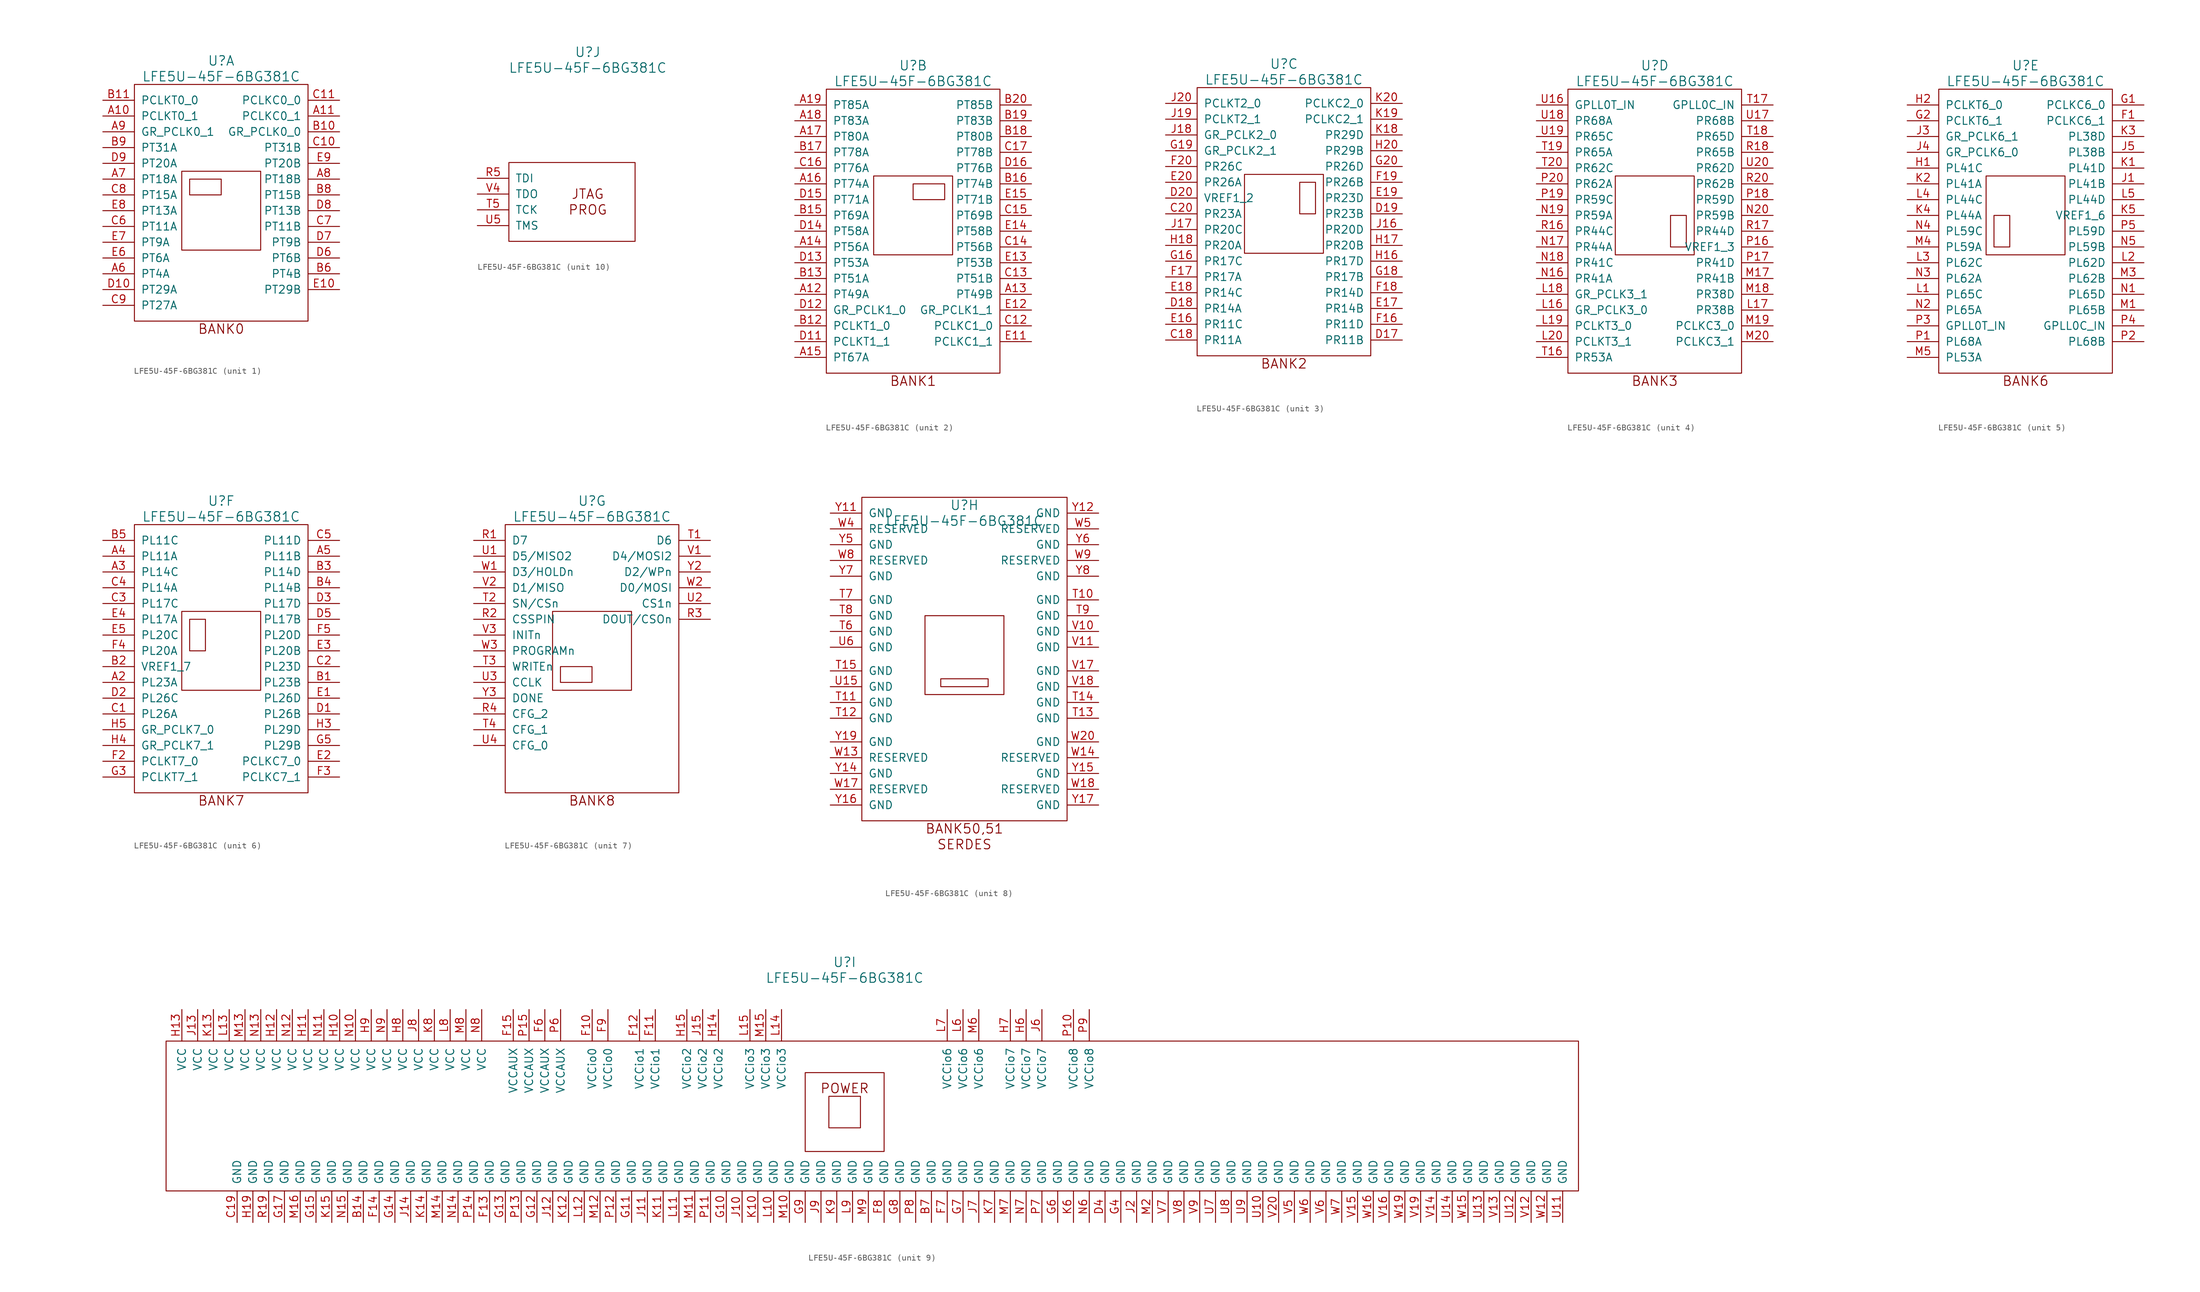
<source format=kicad_sym>
(kicad_symbol_lib
  (version 20241209)
  (generator "kicad_symbol_editor")
  (generator_version "9.0")
  (symbol "LFE5U-45F-6BG381C"
    (pin_names
      (offset 1.016))
    (property "Reference" "U"
      (at 0 24.13 0)
      (effects (font (size 1.524 1.524))))
    (property "Value" "LFE5U-45F-6BG381C"
      (at 0 21.59 0)
      (effects (font (size 1.524 1.524))))
    (property "Footprint" ""
      (at -26.67 24.13 0)
      (effects (font (size 1.524 1.524))))
    (property "Datasheet" ""
      (at -26.67 24.13 0)
      (effects (font (size 1.524 1.524))))
    (property "ki_locked" ""
      (at 0 0 0)
      (effects (font (size 1.27 1.27))))
    (symbol "LFE5U-45F-6BG381C_1_1"
      (rectangle (start -13.97 20.32) (end 13.97 -17.78) (stroke (width 0) (type solid)) (fill (type none)))
      (rectangle (start -6.35 6.35) (end 6.35 -6.35) (stroke (width 0) (type solid)) (fill (type none)))
      (rectangle (start -5.08 5.08) (end 0 2.54) (stroke (width 0) (type solid)) (fill (type none)))
      (text "BANK0" (at 0 -19.05 0) (effects (font (size 1.524 1.524))))
      (pin input line (at -19.05 17.78 0) (length 5.08) (name "PCLKT0_0" (effects (font (size 1.27 1.27)))) (number "B11" (effects (font (size 1.27 1.27)))))
      (pin input line (at -19.05 15.24 0) (length 5.08) (name "PCLKT0_1" (effects (font (size 1.27 1.27)))) (number "A10" (effects (font (size 1.27 1.27)))))
      (pin input line (at -19.05 12.7 0) (length 5.08) (name "GR_PCLK0_1" (effects (font (size 1.27 1.27)))) (number "A9" (effects (font (size 1.27 1.27)))))
      (pin input line (at -19.05 10.16 0) (length 5.08) (name "PT31A" (effects (font (size 1.27 1.27)))) (number "B9" (effects (font (size 1.27 1.27)))))
      (pin input line (at -19.05 7.62 0) (length 5.08) (name "PT20A" (effects (font (size 1.27 1.27)))) (number "D9" (effects (font (size 1.27 1.27)))))
      (pin input line (at -19.05 5.08 0) (length 5.08) (name "PT18A" (effects (font (size 1.27 1.27)))) (number "A7" (effects (font (size 1.27 1.27)))))
      (pin input line (at -19.05 2.54 0) (length 5.08) (name "PT15A" (effects (font (size 1.27 1.27)))) (number "C8" (effects (font (size 1.27 1.27)))))
      (pin input line (at -19.05 0 0) (length 5.08) (name "PT13A" (effects (font (size 1.27 1.27)))) (number "E8" (effects (font (size 1.27 1.27)))))
      (pin input line (at -19.05 -2.54 0) (length 5.08) (name "PT11A" (effects (font (size 1.27 1.27)))) (number "C6" (effects (font (size 1.27 1.27)))))
      (pin input line (at -19.05 -5.08 0) (length 5.08) (name "PT9A" (effects (font (size 1.27 1.27)))) (number "E7" (effects (font (size 1.27 1.27)))))
      (pin input line (at -19.05 -7.62 0) (length 5.08) (name "PT6A" (effects (font (size 1.27 1.27)))) (number "E6" (effects (font (size 1.27 1.27)))))
      (pin input line (at -19.05 -10.16 0) (length 5.08) (name "PT4A" (effects (font (size 1.27 1.27)))) (number "A6" (effects (font (size 1.27 1.27)))))
      (pin input line (at -19.05 -12.7 0) (length 5.08) (name "PT29A" (effects (font (size 1.27 1.27)))) (number "D10" (effects (font (size 1.27 1.27)))))
      (pin input line (at -19.05 -15.24 0) (length 5.08) (name "PT27A" (effects (font (size 1.27 1.27)))) (number "C9" (effects (font (size 1.27 1.27)))))
      (pin input line (at 19.05 17.78 180) (length 5.08) (name "PCLKC0_0" (effects (font (size 1.27 1.27)))) (number "C11" (effects (font (size 1.27 1.27)))))
      (pin input line (at 19.05 15.24 180) (length 5.08) (name "PCLKC0_1" (effects (font (size 1.27 1.27)))) (number "A11" (effects (font (size 1.27 1.27)))))
      (pin input line (at 19.05 12.7 180) (length 5.08) (name "GR_PCLK0_0" (effects (font (size 1.27 1.27)))) (number "B10" (effects (font (size 1.27 1.27)))))
      (pin input line (at 19.05 10.16 180) (length 5.08) (name "PT31B" (effects (font (size 1.27 1.27)))) (number "C10" (effects (font (size 1.27 1.27)))))
      (pin input line (at 19.05 7.62 180) (length 5.08) (name "PT20B" (effects (font (size 1.27 1.27)))) (number "E9" (effects (font (size 1.27 1.27)))))
      (pin input line (at 19.05 5.08 180) (length 5.08) (name "PT18B" (effects (font (size 1.27 1.27)))) (number "A8" (effects (font (size 1.27 1.27)))))
      (pin input line (at 19.05 2.54 180) (length 5.08) (name "PT15B" (effects (font (size 1.27 1.27)))) (number "B8" (effects (font (size 1.27 1.27)))))
      (pin input line (at 19.05 0 180) (length 5.08) (name "PT13B" (effects (font (size 1.27 1.27)))) (number "D8" (effects (font (size 1.27 1.27)))))
      (pin input line (at 19.05 -2.54 180) (length 5.08) (name "PT11B" (effects (font (size 1.27 1.27)))) (number "C7" (effects (font (size 1.27 1.27)))))
      (pin input line (at 19.05 -5.08 180) (length 5.08) (name "PT9B" (effects (font (size 1.27 1.27)))) (number "D7" (effects (font (size 1.27 1.27)))))
      (pin input line (at 19.05 -7.62 180) (length 5.08) (name "PT6B" (effects (font (size 1.27 1.27)))) (number "D6" (effects (font (size 1.27 1.27)))))
      (pin input line (at 19.05 -10.16 180) (length 5.08) (name "PT4B" (effects (font (size 1.27 1.27)))) (number "B6" (effects (font (size 1.27 1.27)))))
      (pin input line (at 19.05 -12.7 180) (length 5.08) (name "PT29B" (effects (font (size 1.27 1.27)))) (number "E10" (effects (font (size 1.27 1.27))))))
    (symbol "LFE5U-45F-6BG381C_2_0"
      (text "BANK1" (at 0 -26.67 0) (effects (font (size 1.524 1.524)))))
    (symbol "LFE5U-45F-6BG381C_2_1"
      (rectangle (start -13.97 20.32) (end 13.97 -25.4) (stroke (width 0) (type solid)) (fill (type none)))
      (rectangle (start -6.35 6.35) (end 6.35 -6.35) (stroke (width 0) (type solid)) (fill (type none)))
      (rectangle (start 0 5.08) (end 5.08 2.54) (stroke (width 0) (type solid)) (fill (type none)))
      (pin input line (at -19.05 17.78 0) (length 5.08) (name "PT85A" (effects (font (size 1.27 1.27)))) (number "A19" (effects (font (size 1.27 1.27)))))
      (pin input line (at -19.05 15.24 0) (length 5.08) (name "PT83A" (effects (font (size 1.27 1.27)))) (number "A18" (effects (font (size 1.27 1.27)))))
      (pin input line (at -19.05 12.7 0) (length 5.08) (name "PT80A" (effects (font (size 1.27 1.27)))) (number "A17" (effects (font (size 1.27 1.27)))))
      (pin input line (at -19.05 10.16 0) (length 5.08) (name "PT78A" (effects (font (size 1.27 1.27)))) (number "B17" (effects (font (size 1.27 1.27)))))
      (pin input line (at -19.05 7.62 0) (length 5.08) (name "PT76A" (effects (font (size 1.27 1.27)))) (number "C16" (effects (font (size 1.27 1.27)))))
      (pin input line (at -19.05 5.08 0) (length 5.08) (name "PT74A" (effects (font (size 1.27 1.27)))) (number "A16" (effects (font (size 1.27 1.27)))))
      (pin input line (at -19.05 2.54 0) (length 5.08) (name "PT71A" (effects (font (size 1.27 1.27)))) (number "D15" (effects (font (size 1.27 1.27)))))
      (pin input line (at -19.05 0 0) (length 5.08) (name "PT69A" (effects (font (size 1.27 1.27)))) (number "B15" (effects (font (size 1.27 1.27)))))
      (pin input line (at -19.05 -2.54 0) (length 5.08) (name "PT58A" (effects (font (size 1.27 1.27)))) (number "D14" (effects (font (size 1.27 1.27)))))
      (pin input line (at -19.05 -5.08 0) (length 5.08) (name "PT56A" (effects (font (size 1.27 1.27)))) (number "A14" (effects (font (size 1.27 1.27)))))
      (pin input line (at -19.05 -7.62 0) (length 5.08) (name "PT53A" (effects (font (size 1.27 1.27)))) (number "D13" (effects (font (size 1.27 1.27)))))
      (pin input line (at -19.05 -10.16 0) (length 5.08) (name "PT51A" (effects (font (size 1.27 1.27)))) (number "B13" (effects (font (size 1.27 1.27)))))
      (pin input line (at -19.05 -12.7 0) (length 5.08) (name "PT49A" (effects (font (size 1.27 1.27)))) (number "A12" (effects (font (size 1.27 1.27)))))
      (pin input line (at -19.05 -15.24 0) (length 5.08) (name "GR_PCLK1_0" (effects (font (size 1.27 1.27)))) (number "D12" (effects (font (size 1.27 1.27)))))
      (pin input line (at -19.05 -17.78 0) (length 5.08) (name "PCLKT1_0" (effects (font (size 1.27 1.27)))) (number "B12" (effects (font (size 1.27 1.27)))))
      (pin input line (at -19.05 -20.32 0) (length 5.08) (name "PCLKT1_1" (effects (font (size 1.27 1.27)))) (number "D11" (effects (font (size 1.27 1.27)))))
      (pin input line (at -19.05 -22.86 0) (length 5.08) (name "PT67A" (effects (font (size 1.27 1.27)))) (number "A15" (effects (font (size 1.27 1.27)))))
      (pin input line (at 19.05 17.78 180) (length 5.08) (name "PT85B" (effects (font (size 1.27 1.27)))) (number "B20" (effects (font (size 1.27 1.27)))))
      (pin input line (at 19.05 15.24 180) (length 5.08) (name "PT83B" (effects (font (size 1.27 1.27)))) (number "B19" (effects (font (size 1.27 1.27)))))
      (pin input line (at 19.05 12.7 180) (length 5.08) (name "PT80B" (effects (font (size 1.27 1.27)))) (number "B18" (effects (font (size 1.27 1.27)))))
      (pin input line (at 19.05 10.16 180) (length 5.08) (name "PT78B" (effects (font (size 1.27 1.27)))) (number "C17" (effects (font (size 1.27 1.27)))))
      (pin input line (at 19.05 7.62 180) (length 5.08) (name "PT76B" (effects (font (size 1.27 1.27)))) (number "D16" (effects (font (size 1.27 1.27)))))
      (pin input line (at 19.05 5.08 180) (length 5.08) (name "PT74B" (effects (font (size 1.27 1.27)))) (number "B16" (effects (font (size 1.27 1.27)))))
      (pin input line (at 19.05 2.54 180) (length 5.08) (name "PT71B" (effects (font (size 1.27 1.27)))) (number "E15" (effects (font (size 1.27 1.27)))))
      (pin input line (at 19.05 0 180) (length 5.08) (name "PT69B" (effects (font (size 1.27 1.27)))) (number "C15" (effects (font (size 1.27 1.27)))))
      (pin input line (at 19.05 -2.54 180) (length 5.08) (name "PT58B" (effects (font (size 1.27 1.27)))) (number "E14" (effects (font (size 1.27 1.27)))))
      (pin input line (at 19.05 -5.08 180) (length 5.08) (name "PT56B" (effects (font (size 1.27 1.27)))) (number "C14" (effects (font (size 1.27 1.27)))))
      (pin input line (at 19.05 -7.62 180) (length 5.08) (name "PT53B" (effects (font (size 1.27 1.27)))) (number "E13" (effects (font (size 1.27 1.27)))))
      (pin input line (at 19.05 -10.16 180) (length 5.08) (name "PT51B" (effects (font (size 1.27 1.27)))) (number "C13" (effects (font (size 1.27 1.27)))))
      (pin input line (at 19.05 -12.7 180) (length 5.08) (name "PT49B" (effects (font (size 1.27 1.27)))) (number "A13" (effects (font (size 1.27 1.27)))))
      (pin input line (at 19.05 -15.24 180) (length 5.08) (name "GR_PCLK1_1" (effects (font (size 1.27 1.27)))) (number "E12" (effects (font (size 1.27 1.27)))))
      (pin input line (at 19.05 -17.78 180) (length 5.08) (name "PCLKC1_0" (effects (font (size 1.27 1.27)))) (number "C12" (effects (font (size 1.27 1.27)))))
      (pin input line (at 19.05 -20.32 180) (length 5.08) (name "PCLKC1_1" (effects (font (size 1.27 1.27)))) (number "E11" (effects (font (size 1.27 1.27))))))
    (symbol "LFE5U-45F-6BG381C_3_0"
      (text "BANK2" (at 0 -24.13 0) (effects (font (size 1.524 1.524)))))
    (symbol "LFE5U-45F-6BG381C_3_1"
      (rectangle (start -13.97 20.32) (end 13.97 -22.86) (stroke (width 0) (type solid)) (fill (type none)))
      (rectangle (start -6.35 6.35) (end 6.35 -6.35) (stroke (width 0) (type solid)) (fill (type none)))
      (rectangle (start 5.08 5.08) (end 2.54 0) (stroke (width 0) (type solid)) (fill (type none)))
      (pin input line (at -19.05 17.78 0) (length 5.08) (name "PCLKT2_0" (effects (font (size 1.27 1.27)))) (number "J20" (effects (font (size 1.27 1.27)))))
      (pin input line (at -19.05 15.24 0) (length 5.08) (name "PCLKT2_1" (effects (font (size 1.27 1.27)))) (number "J19" (effects (font (size 1.27 1.27)))))
      (pin input line (at -19.05 12.7 0) (length 5.08) (name "GR_PCLK2_0" (effects (font (size 1.27 1.27)))) (number "J18" (effects (font (size 1.27 1.27)))))
      (pin input line (at -19.05 10.16 0) (length 5.08) (name "GR_PCLK2_1" (effects (font (size 1.27 1.27)))) (number "G19" (effects (font (size 1.27 1.27)))))
      (pin input line (at -19.05 7.62 0) (length 5.08) (name "PR26C" (effects (font (size 1.27 1.27)))) (number "F20" (effects (font (size 1.27 1.27)))))
      (pin input line (at -19.05 5.08 0) (length 5.08) (name "PR26A" (effects (font (size 1.27 1.27)))) (number "E20" (effects (font (size 1.27 1.27)))))
      (pin input line (at -19.05 2.54 0) (length 5.08) (name "VREF1_2" (effects (font (size 1.27 1.27)))) (number "D20" (effects (font (size 1.27 1.27)))))
      (pin input line (at -19.05 0 0) (length 5.08) (name "PR23A" (effects (font (size 1.27 1.27)))) (number "C20" (effects (font (size 1.27 1.27)))))
      (pin input line (at -19.05 -2.54 0) (length 5.08) (name "PR20C" (effects (font (size 1.27 1.27)))) (number "J17" (effects (font (size 1.27 1.27)))))
      (pin input line (at -19.05 -5.08 0) (length 5.08) (name "PR20A" (effects (font (size 1.27 1.27)))) (number "H18" (effects (font (size 1.27 1.27)))))
      (pin input line (at -19.05 -7.62 0) (length 5.08) (name "PR17C" (effects (font (size 1.27 1.27)))) (number "G16" (effects (font (size 1.27 1.27)))))
      (pin input line (at -19.05 -10.16 0) (length 5.08) (name "PR17A" (effects (font (size 1.27 1.27)))) (number "F17" (effects (font (size 1.27 1.27)))))
      (pin input line (at -19.05 -12.7 0) (length 5.08) (name "PR14C" (effects (font (size 1.27 1.27)))) (number "E18" (effects (font (size 1.27 1.27)))))
      (pin input line (at -19.05 -15.24 0) (length 5.08) (name "PR14A" (effects (font (size 1.27 1.27)))) (number "D18" (effects (font (size 1.27 1.27)))))
      (pin input line (at -19.05 -17.78 0) (length 5.08) (name "PR11C" (effects (font (size 1.27 1.27)))) (number "E16" (effects (font (size 1.27 1.27)))))
      (pin input line (at -19.05 -20.32 0) (length 5.08) (name "PR11A" (effects (font (size 1.27 1.27)))) (number "C18" (effects (font (size 1.27 1.27)))))
      (pin input line (at 19.05 17.78 180) (length 5.08) (name "PCLKC2_0" (effects (font (size 1.27 1.27)))) (number "K20" (effects (font (size 1.27 1.27)))))
      (pin input line (at 19.05 15.24 180) (length 5.08) (name "PCLKC2_1" (effects (font (size 1.27 1.27)))) (number "K19" (effects (font (size 1.27 1.27)))))
      (pin input line (at 19.05 12.7 180) (length 5.08) (name "PR29D" (effects (font (size 1.27 1.27)))) (number "K18" (effects (font (size 1.27 1.27)))))
      (pin input line (at 19.05 10.16 180) (length 5.08) (name "PR29B" (effects (font (size 1.27 1.27)))) (number "H20" (effects (font (size 1.27 1.27)))))
      (pin input line (at 19.05 7.62 180) (length 5.08) (name "PR26D" (effects (font (size 1.27 1.27)))) (number "G20" (effects (font (size 1.27 1.27)))))
      (pin input line (at 19.05 5.08 180) (length 5.08) (name "PR26B" (effects (font (size 1.27 1.27)))) (number "F19" (effects (font (size 1.27 1.27)))))
      (pin input line (at 19.05 2.54 180) (length 5.08) (name "PR23D" (effects (font (size 1.27 1.27)))) (number "E19" (effects (font (size 1.27 1.27)))))
      (pin input line (at 19.05 0 180) (length 5.08) (name "PR23B" (effects (font (size 1.27 1.27)))) (number "D19" (effects (font (size 1.27 1.27)))))
      (pin input line (at 19.05 -2.54 180) (length 5.08) (name "PR20D" (effects (font (size 1.27 1.27)))) (number "J16" (effects (font (size 1.27 1.27)))))
      (pin input line (at 19.05 -5.08 180) (length 5.08) (name "PR20B" (effects (font (size 1.27 1.27)))) (number "H17" (effects (font (size 1.27 1.27)))))
      (pin input line (at 19.05 -7.62 180) (length 5.08) (name "PR17D" (effects (font (size 1.27 1.27)))) (number "H16" (effects (font (size 1.27 1.27)))))
      (pin input line (at 19.05 -10.16 180) (length 5.08) (name "PR17B" (effects (font (size 1.27 1.27)))) (number "G18" (effects (font (size 1.27 1.27)))))
      (pin input line (at 19.05 -12.7 180) (length 5.08) (name "PR14D" (effects (font (size 1.27 1.27)))) (number "F18" (effects (font (size 1.27 1.27)))))
      (pin input line (at 19.05 -15.24 180) (length 5.08) (name "PR14B" (effects (font (size 1.27 1.27)))) (number "E17" (effects (font (size 1.27 1.27)))))
      (pin input line (at 19.05 -17.78 180) (length 5.08) (name "PR11D" (effects (font (size 1.27 1.27)))) (number "F16" (effects (font (size 1.27 1.27)))))
      (pin input line (at 19.05 -20.32 180) (length 5.08) (name "PR11B" (effects (font (size 1.27 1.27)))) (number "D17" (effects (font (size 1.27 1.27))))))
    (symbol "LFE5U-45F-6BG381C_4_0"
      (text "BANK3" (at 0 -26.67 0) (effects (font (size 1.524 1.524)))))
    (symbol "LFE5U-45F-6BG381C_4_1"
      (rectangle (start -13.97 20.32) (end 13.97 -25.4) (stroke (width 0) (type solid)) (fill (type none)))
      (rectangle (start -6.35 6.35) (end 6.35 -6.35) (stroke (width 0) (type solid)) (fill (type none)))
      (rectangle (start 2.54 0) (end 5.08 -5.08) (stroke (width 0) (type solid)) (fill (type none)))
      (pin input line (at -19.05 17.78 0) (length 5.08) (name "GPLL0T_IN" (effects (font (size 1.27 1.27)))) (number "U16" (effects (font (size 1.27 1.27)))))
      (pin input line (at -19.05 15.24 0) (length 5.08) (name "PR68A" (effects (font (size 1.27 1.27)))) (number "U18" (effects (font (size 1.27 1.27)))))
      (pin input line (at -19.05 12.7 0) (length 5.08) (name "PR65C" (effects (font (size 1.27 1.27)))) (number "U19" (effects (font (size 1.27 1.27)))))
      (pin input line (at -19.05 10.16 0) (length 5.08) (name "PR65A" (effects (font (size 1.27 1.27)))) (number "T19" (effects (font (size 1.27 1.27)))))
      (pin input line (at -19.05 7.62 0) (length 5.08) (name "PR62C" (effects (font (size 1.27 1.27)))) (number "T20" (effects (font (size 1.27 1.27)))))
      (pin input line (at -19.05 5.08 0) (length 5.08) (name "PR62A" (effects (font (size 1.27 1.27)))) (number "P20" (effects (font (size 1.27 1.27)))))
      (pin input line (at -19.05 2.54 0) (length 5.08) (name "PR59C" (effects (font (size 1.27 1.27)))) (number "P19" (effects (font (size 1.27 1.27)))))
      (pin input line (at -19.05 0 0) (length 5.08) (name "PR59A" (effects (font (size 1.27 1.27)))) (number "N19" (effects (font (size 1.27 1.27)))))
      (pin input line (at -19.05 -2.54 0) (length 5.08) (name "PR44C" (effects (font (size 1.27 1.27)))) (number "R16" (effects (font (size 1.27 1.27)))))
      (pin input line (at -19.05 -5.08 0) (length 5.08) (name "PR44A" (effects (font (size 1.27 1.27)))) (number "N17" (effects (font (size 1.27 1.27)))))
      (pin input line (at -19.05 -7.62 0) (length 5.08) (name "PR41C" (effects (font (size 1.27 1.27)))) (number "N18" (effects (font (size 1.27 1.27)))))
      (pin input line (at -19.05 -10.16 0) (length 5.08) (name "PR41A" (effects (font (size 1.27 1.27)))) (number "N16" (effects (font (size 1.27 1.27)))))
      (pin input line (at -19.05 -12.7 0) (length 5.08) (name "GR_PCLK3_1" (effects (font (size 1.27 1.27)))) (number "L18" (effects (font (size 1.27 1.27)))))
      (pin input line (at -19.05 -15.24 0) (length 5.08) (name "GR_PCLK3_0" (effects (font (size 1.27 1.27)))) (number "L16" (effects (font (size 1.27 1.27)))))
      (pin input line (at -19.05 -17.78 0) (length 5.08) (name "PCLKT3_0" (effects (font (size 1.27 1.27)))) (number "L19" (effects (font (size 1.27 1.27)))))
      (pin input line (at -19.05 -20.32 0) (length 5.08) (name "PCLKT3_1" (effects (font (size 1.27 1.27)))) (number "L20" (effects (font (size 1.27 1.27)))))
      (pin input line (at -19.05 -22.86 0) (length 5.08) (name "PR53A" (effects (font (size 1.27 1.27)))) (number "T16" (effects (font (size 1.27 1.27)))))
      (pin input line (at 19.05 17.78 180) (length 5.08) (name "GPLL0C_IN" (effects (font (size 1.27 1.27)))) (number "T17" (effects (font (size 1.27 1.27)))))
      (pin input line (at 19.05 15.24 180) (length 5.08) (name "PR68B" (effects (font (size 1.27 1.27)))) (number "U17" (effects (font (size 1.27 1.27)))))
      (pin input line (at 19.05 12.7 180) (length 5.08) (name "PR65D" (effects (font (size 1.27 1.27)))) (number "T18" (effects (font (size 1.27 1.27)))))
      (pin input line (at 19.05 10.16 180) (length 5.08) (name "PR65B" (effects (font (size 1.27 1.27)))) (number "R18" (effects (font (size 1.27 1.27)))))
      (pin input line (at 19.05 7.62 180) (length 5.08) (name "PR62D" (effects (font (size 1.27 1.27)))) (number "U20" (effects (font (size 1.27 1.27)))))
      (pin input line (at 19.05 5.08 180) (length 5.08) (name "PR62B" (effects (font (size 1.27 1.27)))) (number "R20" (effects (font (size 1.27 1.27)))))
      (pin input line (at 19.05 2.54 180) (length 5.08) (name "PR59D" (effects (font (size 1.27 1.27)))) (number "P18" (effects (font (size 1.27 1.27)))))
      (pin input line (at 19.05 0 180) (length 5.08) (name "PR59B" (effects (font (size 1.27 1.27)))) (number "N20" (effects (font (size 1.27 1.27)))))
      (pin input line (at 19.05 -2.54 180) (length 5.08) (name "PR44D" (effects (font (size 1.27 1.27)))) (number "R17" (effects (font (size 1.27 1.27)))))
      (pin input line (at 19.05 -5.08 180) (length 5.08) (name "VREF1_3" (effects (font (size 1.27 1.27)))) (number "P16" (effects (font (size 1.27 1.27)))))
      (pin input line (at 19.05 -7.62 180) (length 5.08) (name "PR41D" (effects (font (size 1.27 1.27)))) (number "P17" (effects (font (size 1.27 1.27)))))
      (pin input line (at 19.05 -10.16 180) (length 5.08) (name "PR41B" (effects (font (size 1.27 1.27)))) (number "M17" (effects (font (size 1.27 1.27)))))
      (pin input line (at 19.05 -12.7 180) (length 5.08) (name "PR38D" (effects (font (size 1.27 1.27)))) (number "M18" (effects (font (size 1.27 1.27)))))
      (pin input line (at 19.05 -15.24 180) (length 5.08) (name "PR38B" (effects (font (size 1.27 1.27)))) (number "L17" (effects (font (size 1.27 1.27)))))
      (pin input line (at 19.05 -17.78 180) (length 5.08) (name "PCLKC3_0" (effects (font (size 1.27 1.27)))) (number "M19" (effects (font (size 1.27 1.27)))))
      (pin input line (at 19.05 -20.32 180) (length 5.08) (name "PCLKC3_1" (effects (font (size 1.27 1.27)))) (number "M20" (effects (font (size 1.27 1.27))))))
    (symbol "LFE5U-45F-6BG381C_5_0"
      (text "BANK6" (at 0 -26.67 0) (effects (font (size 1.524 1.524)))))
    (symbol "LFE5U-45F-6BG381C_5_1"
      (rectangle (start -13.97 20.32) (end 13.97 -25.4) (stroke (width 0) (type solid)) (fill (type none)))
      (rectangle (start -6.35 6.35) (end 6.35 -6.35) (stroke (width 0) (type solid)) (fill (type none)))
      (rectangle (start -5.08 0) (end -2.54 -5.08) (stroke (width 0) (type solid)) (fill (type none)))
      (pin input line (at -19.05 17.78 0) (length 5.08) (name "PCLKT6_0" (effects (font (size 1.27 1.27)))) (number "H2" (effects (font (size 1.27 1.27)))))
      (pin input line (at -19.05 15.24 0) (length 5.08) (name "PCLKT6_1" (effects (font (size 1.27 1.27)))) (number "G2" (effects (font (size 1.27 1.27)))))
      (pin input line (at -19.05 12.7 0) (length 5.08) (name "GR_PCLK6_1" (effects (font (size 1.27 1.27)))) (number "J3" (effects (font (size 1.27 1.27)))))
      (pin input line (at -19.05 10.16 0) (length 5.08) (name "GR_PCLK6_0" (effects (font (size 1.27 1.27)))) (number "J4" (effects (font (size 1.27 1.27)))))
      (pin input line (at -19.05 7.62 0) (length 5.08) (name "PL41C" (effects (font (size 1.27 1.27)))) (number "H1" (effects (font (size 1.27 1.27)))))
      (pin input line (at -19.05 5.08 0) (length 5.08) (name "PL41A" (effects (font (size 1.27 1.27)))) (number "K2" (effects (font (size 1.27 1.27)))))
      (pin input line (at -19.05 2.54 0) (length 5.08) (name "PL44C" (effects (font (size 1.27 1.27)))) (number "L4" (effects (font (size 1.27 1.27)))))
      (pin input line (at -19.05 0 0) (length 5.08) (name "PL44A" (effects (font (size 1.27 1.27)))) (number "K4" (effects (font (size 1.27 1.27)))))
      (pin input line (at -19.05 -2.54 0) (length 5.08) (name "PL59C" (effects (font (size 1.27 1.27)))) (number "N4" (effects (font (size 1.27 1.27)))))
      (pin input line (at -19.05 -5.08 0) (length 5.08) (name "PL59A" (effects (font (size 1.27 1.27)))) (number "M4" (effects (font (size 1.27 1.27)))))
      (pin input line (at -19.05 -7.62 0) (length 5.08) (name "PL62C" (effects (font (size 1.27 1.27)))) (number "L3" (effects (font (size 1.27 1.27)))))
      (pin input line (at -19.05 -10.16 0) (length 5.08) (name "PL62A" (effects (font (size 1.27 1.27)))) (number "N3" (effects (font (size 1.27 1.27)))))
      (pin input line (at -19.05 -12.7 0) (length 5.08) (name "PL65C" (effects (font (size 1.27 1.27)))) (number "L1" (effects (font (size 1.27 1.27)))))
      (pin input line (at -19.05 -15.24 0) (length 5.08) (name "PL65A" (effects (font (size 1.27 1.27)))) (number "N2" (effects (font (size 1.27 1.27)))))
      (pin input line (at -19.05 -17.78 0) (length 5.08) (name "GPLL0T_IN" (effects (font (size 1.27 1.27)))) (number "P3" (effects (font (size 1.27 1.27)))))
      (pin input line (at -19.05 -20.32 0) (length 5.08) (name "PL68A" (effects (font (size 1.27 1.27)))) (number "P1" (effects (font (size 1.27 1.27)))))
      (pin input line (at -19.05 -22.86 0) (length 5.08) (name "PL53A" (effects (font (size 1.27 1.27)))) (number "M5" (effects (font (size 1.27 1.27)))))
      (pin input line (at 19.05 17.78 180) (length 5.08) (name "PCLKC6_0" (effects (font (size 1.27 1.27)))) (number "G1" (effects (font (size 1.27 1.27)))))
      (pin input line (at 19.05 15.24 180) (length 5.08) (name "PCLKC6_1" (effects (font (size 1.27 1.27)))) (number "F1" (effects (font (size 1.27 1.27)))))
      (pin input line (at 19.05 12.7 180) (length 5.08) (name "PL38D" (effects (font (size 1.27 1.27)))) (number "K3" (effects (font (size 1.27 1.27)))))
      (pin input line (at 19.05 10.16 180) (length 5.08) (name "PL38B" (effects (font (size 1.27 1.27)))) (number "J5" (effects (font (size 1.27 1.27)))))
      (pin input line (at 19.05 7.62 180) (length 5.08) (name "PL41D" (effects (font (size 1.27 1.27)))) (number "K1" (effects (font (size 1.27 1.27)))))
      (pin input line (at 19.05 5.08 180) (length 5.08) (name "PL41B" (effects (font (size 1.27 1.27)))) (number "J1" (effects (font (size 1.27 1.27)))))
      (pin input line (at 19.05 2.54 180) (length 5.08) (name "PL44D" (effects (font (size 1.27 1.27)))) (number "L5" (effects (font (size 1.27 1.27)))))
      (pin input line (at 19.05 0 180) (length 5.08) (name "VREF1_6" (effects (font (size 1.27 1.27)))) (number "K5" (effects (font (size 1.27 1.27)))))
      (pin input line (at 19.05 -2.54 180) (length 5.08) (name "PL59D" (effects (font (size 1.27 1.27)))) (number "P5" (effects (font (size 1.27 1.27)))))
      (pin input line (at 19.05 -5.08 180) (length 5.08) (name "PL59B" (effects (font (size 1.27 1.27)))) (number "N5" (effects (font (size 1.27 1.27)))))
      (pin input line (at 19.05 -7.62 180) (length 5.08) (name "PL62D" (effects (font (size 1.27 1.27)))) (number "L2" (effects (font (size 1.27 1.27)))))
      (pin input line (at 19.05 -10.16 180) (length 5.08) (name "PL62B" (effects (font (size 1.27 1.27)))) (number "M3" (effects (font (size 1.27 1.27)))))
      (pin input line (at 19.05 -12.7 180) (length 5.08) (name "PL65D" (effects (font (size 1.27 1.27)))) (number "N1" (effects (font (size 1.27 1.27)))))
      (pin input line (at 19.05 -15.24 180) (length 5.08) (name "PL65B" (effects (font (size 1.27 1.27)))) (number "M1" (effects (font (size 1.27 1.27)))))
      (pin input line (at 19.05 -17.78 180) (length 5.08) (name "GPLL0C_IN" (effects (font (size 1.27 1.27)))) (number "P4" (effects (font (size 1.27 1.27)))))
      (pin input line (at 19.05 -20.32 180) (length 5.08) (name "PL68B" (effects (font (size 1.27 1.27)))) (number "P2" (effects (font (size 1.27 1.27))))))
    (symbol "LFE5U-45F-6BG381C_6_0"
      (text "BANK7" (at 0 -24.13 0) (effects (font (size 1.524 1.524)))))
    (symbol "LFE5U-45F-6BG381C_6_1"
      (rectangle (start -13.97 20.32) (end 13.97 -22.86) (stroke (width 0) (type solid)) (fill (type none)))
      (rectangle (start -6.35 6.35) (end 6.35 -6.35) (stroke (width 0) (type solid)) (fill (type none)))
      (rectangle (start -5.08 5.08) (end -2.54 0) (stroke (width 0) (type solid)) (fill (type none)))
      (pin input line (at -19.05 17.78 0) (length 5.08) (name "PL11C" (effects (font (size 1.27 1.27)))) (number "B5" (effects (font (size 1.27 1.27)))))
      (pin input line (at -19.05 15.24 0) (length 5.08) (name "PL11A" (effects (font (size 1.27 1.27)))) (number "A4" (effects (font (size 1.27 1.27)))))
      (pin input line (at -19.05 12.7 0) (length 5.08) (name "PL14C" (effects (font (size 1.27 1.27)))) (number "A3" (effects (font (size 1.27 1.27)))))
      (pin input line (at -19.05 10.16 0) (length 5.08) (name "PL14A" (effects (font (size 1.27 1.27)))) (number "C4" (effects (font (size 1.27 1.27)))))
      (pin input line (at -19.05 7.62 0) (length 5.08) (name "PL17C" (effects (font (size 1.27 1.27)))) (number "C3" (effects (font (size 1.27 1.27)))))
      (pin input line (at -19.05 5.08 0) (length 5.08) (name "PL17A" (effects (font (size 1.27 1.27)))) (number "E4" (effects (font (size 1.27 1.27)))))
      (pin input line (at -19.05 2.54 0) (length 5.08) (name "PL20C" (effects (font (size 1.27 1.27)))) (number "E5" (effects (font (size 1.27 1.27)))))
      (pin input line (at -19.05 0 0) (length 5.08) (name "PL20A" (effects (font (size 1.27 1.27)))) (number "F4" (effects (font (size 1.27 1.27)))))
      (pin input line (at -19.05 -2.54 0) (length 5.08) (name "VREF1_7" (effects (font (size 1.27 1.27)))) (number "B2" (effects (font (size 1.27 1.27)))))
      (pin input line (at -19.05 -5.08 0) (length 5.08) (name "PL23A" (effects (font (size 1.27 1.27)))) (number "A2" (effects (font (size 1.27 1.27)))))
      (pin input line (at -19.05 -7.62 0) (length 5.08) (name "PL26C" (effects (font (size 1.27 1.27)))) (number "D2" (effects (font (size 1.27 1.27)))))
      (pin input line (at -19.05 -10.16 0) (length 5.08) (name "PL26A" (effects (font (size 1.27 1.27)))) (number "C1" (effects (font (size 1.27 1.27)))))
      (pin input line (at -19.05 -12.7 0) (length 5.08) (name "GR_PCLK7_0" (effects (font (size 1.27 1.27)))) (number "H5" (effects (font (size 1.27 1.27)))))
      (pin input line (at -19.05 -15.24 0) (length 5.08) (name "GR_PCLK7_1" (effects (font (size 1.27 1.27)))) (number "H4" (effects (font (size 1.27 1.27)))))
      (pin input line (at -19.05 -17.78 0) (length 5.08) (name "PCLKT7_0" (effects (font (size 1.27 1.27)))) (number "F2" (effects (font (size 1.27 1.27)))))
      (pin input line (at -19.05 -20.32 0) (length 5.08) (name "PCLKT7_1" (effects (font (size 1.27 1.27)))) (number "G3" (effects (font (size 1.27 1.27)))))
      (pin input line (at 19.05 17.78 180) (length 5.08) (name "PL11D" (effects (font (size 1.27 1.27)))) (number "C5" (effects (font (size 1.27 1.27)))))
      (pin input line (at 19.05 15.24 180) (length 5.08) (name "PL11B" (effects (font (size 1.27 1.27)))) (number "A5" (effects (font (size 1.27 1.27)))))
      (pin input line (at 19.05 12.7 180) (length 5.08) (name "PL14D" (effects (font (size 1.27 1.27)))) (number "B3" (effects (font (size 1.27 1.27)))))
      (pin input line (at 19.05 10.16 180) (length 5.08) (name "PL14B" (effects (font (size 1.27 1.27)))) (number "B4" (effects (font (size 1.27 1.27)))))
      (pin input line (at 19.05 7.62 180) (length 5.08) (name "PL17D" (effects (font (size 1.27 1.27)))) (number "D3" (effects (font (size 1.27 1.27)))))
      (pin input line (at 19.05 5.08 180) (length 5.08) (name "PL17B" (effects (font (size 1.27 1.27)))) (number "D5" (effects (font (size 1.27 1.27)))))
      (pin input line (at 19.05 2.54 180) (length 5.08) (name "PL20D" (effects (font (size 1.27 1.27)))) (number "F5" (effects (font (size 1.27 1.27)))))
      (pin input line (at 19.05 0 180) (length 5.08) (name "PL20B" (effects (font (size 1.27 1.27)))) (number "E3" (effects (font (size 1.27 1.27)))))
      (pin input line (at 19.05 -2.54 180) (length 5.08) (name "PL23D" (effects (font (size 1.27 1.27)))) (number "C2" (effects (font (size 1.27 1.27)))))
      (pin input line (at 19.05 -5.08 180) (length 5.08) (name "PL23B" (effects (font (size 1.27 1.27)))) (number "B1" (effects (font (size 1.27 1.27)))))
      (pin input line (at 19.05 -7.62 180) (length 5.08) (name "PL26D" (effects (font (size 1.27 1.27)))) (number "E1" (effects (font (size 1.27 1.27)))))
      (pin input line (at 19.05 -10.16 180) (length 5.08) (name "PL26B" (effects (font (size 1.27 1.27)))) (number "D1" (effects (font (size 1.27 1.27)))))
      (pin input line (at 19.05 -12.7 180) (length 5.08) (name "PL29D" (effects (font (size 1.27 1.27)))) (number "H3" (effects (font (size 1.27 1.27)))))
      (pin input line (at 19.05 -15.24 180) (length 5.08) (name "PL29B" (effects (font (size 1.27 1.27)))) (number "G5" (effects (font (size 1.27 1.27)))))
      (pin input line (at 19.05 -17.78 180) (length 5.08) (name "PCLKC7_0" (effects (font (size 1.27 1.27)))) (number "E2" (effects (font (size 1.27 1.27)))))
      (pin input line (at 19.05 -20.32 180) (length 5.08) (name "PCLKC7_1" (effects (font (size 1.27 1.27)))) (number "F3" (effects (font (size 1.27 1.27))))))
    (symbol "LFE5U-45F-6BG381C_7_0"
      (text "BANK8" (at 0 -24.13 0) (effects (font (size 1.524 1.524)))))
    (symbol "LFE5U-45F-6BG381C_7_1"
      (rectangle (start -13.97 20.32) (end 13.97 -22.86) (stroke (width 0) (type solid)) (fill (type none)))
      (rectangle (start -6.35 6.35) (end 6.35 -6.35) (stroke (width 0) (type solid)) (fill (type none)))
      (rectangle (start -5.08 -5.08) (end 0 -2.54) (stroke (width 0) (type solid)) (fill (type none)))
      (pin input line (at -19.05 17.78 0) (length 5.08) (name "D7" (effects (font (size 1.27 1.27)))) (number "R1" (effects (font (size 1.27 1.27)))))
      (pin input line (at -19.05 15.24 0) (length 5.08) (name "D5/MISO2" (effects (font (size 1.27 1.27)))) (number "U1" (effects (font (size 1.27 1.27)))))
      (pin input line (at -19.05 12.7 0) (length 5.08) (name "D3/HOLDn" (effects (font (size 1.27 1.27)))) (number "W1" (effects (font (size 1.27 1.27)))))
      (pin input line (at -19.05 10.16 0) (length 5.08) (name "D1/MISO" (effects (font (size 1.27 1.27)))) (number "V2" (effects (font (size 1.27 1.27)))))
      (pin input line (at -19.05 7.62 0) (length 5.08) (name "SN/CSn" (effects (font (size 1.27 1.27)))) (number "T2" (effects (font (size 1.27 1.27)))))
      (pin input line (at -19.05 5.08 0) (length 5.08) (name "CSSPIN" (effects (font (size 1.27 1.27)))) (number "R2" (effects (font (size 1.27 1.27)))))
      (pin input line (at -19.05 2.54 0) (length 5.08) (name "INITn" (effects (font (size 1.27 1.27)))) (number "V3" (effects (font (size 1.27 1.27)))))
      (pin input line (at -19.05 0 0) (length 5.08) (name "PROGRAMn" (effects (font (size 1.27 1.27)))) (number "W3" (effects (font (size 1.27 1.27)))))
      (pin input line (at -19.05 -2.54 0) (length 5.08) (name "WRITEn" (effects (font (size 1.27 1.27)))) (number "T3" (effects (font (size 1.27 1.27)))))
      (pin input line (at -19.05 -5.08 0) (length 5.08) (name "CCLK" (effects (font (size 1.27 1.27)))) (number "U3" (effects (font (size 1.27 1.27)))))
      (pin input line (at -19.05 -7.62 0) (length 5.08) (name "DONE" (effects (font (size 1.27 1.27)))) (number "Y3" (effects (font (size 1.27 1.27)))))
      (pin input line (at -19.05 -10.16 0) (length 5.08) (name "CFG_2" (effects (font (size 1.27 1.27)))) (number "R4" (effects (font (size 1.27 1.27)))))
      (pin input line (at -19.05 -12.7 0) (length 5.08) (name "CFG_1" (effects (font (size 1.27 1.27)))) (number "T4" (effects (font (size 1.27 1.27)))))
      (pin input line (at -19.05 -15.24 0) (length 5.08) (name "CFG_0" (effects (font (size 1.27 1.27)))) (number "U4" (effects (font (size 1.27 1.27)))))
      (pin input line (at 19.05 17.78 180) (length 5.08) (name "D6" (effects (font (size 1.27 1.27)))) (number "T1" (effects (font (size 1.27 1.27)))))
      (pin input line (at 19.05 15.24 180) (length 5.08) (name "D4/MOSI2" (effects (font (size 1.27 1.27)))) (number "V1" (effects (font (size 1.27 1.27)))))
      (pin input line (at 19.05 12.7 180) (length 5.08) (name "D2/WPn" (effects (font (size 1.27 1.27)))) (number "Y2" (effects (font (size 1.27 1.27)))))
      (pin input line (at 19.05 10.16 180) (length 5.08) (name "D0/MOSI" (effects (font (size 1.27 1.27)))) (number "W2" (effects (font (size 1.27 1.27)))))
      (pin input line (at 19.05 7.62 180) (length 5.08) (name "CS1n" (effects (font (size 1.27 1.27)))) (number "U2" (effects (font (size 1.27 1.27)))))
      (pin input line (at 19.05 5.08 180) (length 5.08) (name "DOUT/CSOn" (effects (font (size 1.27 1.27)))) (number "R3" (effects (font (size 1.27 1.27))))))
    (symbol "LFE5U-45F-6BG381C_8_0"
      (text "BANK50,51" (at 0 -27.94 0) (effects (font (size 1.524 1.524)))))
    (symbol "LFE5U-45F-6BG381C_8_1"
      (rectangle (start -16.51 25.4) (end 16.51 -26.67) (stroke (width 0) (type solid)) (fill (type none)))
      (rectangle (start -6.35 6.35) (end 6.35 -6.35) (stroke (width 0) (type solid)) (fill (type none)))
      (rectangle (start 3.81 -5.08) (end -3.81 -3.81) (stroke (width 0) (type solid)) (fill (type none)))
      (text "SERDES" (at 0 -30.48 0) (effects (font (size 1.524 1.524))))
      (pin input line (at -21.59 22.86 0) (length 5.08) (name "GND" (effects (font (size 1.27 1.27)))) (number "Y11" (effects (font (size 1.27 1.27)))))
      (pin input line (at -21.59 20.32 0) (length 5.08) (name "RESERVED" (effects (font (size 1.27 1.27)))) (number "W4" (effects (font (size 1.27 1.27)))))
      (pin input line (at -21.59 17.78 0) (length 5.08) (name "GND" (effects (font (size 1.27 1.27)))) (number "Y5" (effects (font (size 1.27 1.27)))))
      (pin input line (at -21.59 15.24 0) (length 5.08) (name "RESERVED" (effects (font (size 1.27 1.27)))) (number "W8" (effects (font (size 1.27 1.27)))))
      (pin input line (at -21.59 12.7 0) (length 5.08) (name "GND" (effects (font (size 1.27 1.27)))) (number "Y7" (effects (font (size 1.27 1.27)))))
      (pin input line (at -21.59 8.89 0) (length 5.08) (name "GND" (effects (font (size 1.27 1.27)))) (number "T7" (effects (font (size 1.27 1.27)))))
      (pin input line (at -21.59 6.35 0) (length 5.08) (name "GND" (effects (font (size 1.27 1.27)))) (number "T8" (effects (font (size 1.27 1.27)))))
      (pin input line (at -21.59 3.81 0) (length 5.08) (name "GND" (effects (font (size 1.27 1.27)))) (number "T6" (effects (font (size 1.27 1.27)))))
      (pin input line (at -21.59 1.27 0) (length 5.08) (name "GND" (effects (font (size 1.27 1.27)))) (number "U6" (effects (font (size 1.27 1.27)))))
      (pin input line (at -21.59 -2.54 0) (length 5.08) (name "GND" (effects (font (size 1.27 1.27)))) (number "T15" (effects (font (size 1.27 1.27)))))
      (pin input line (at -21.59 -5.08 0) (length 5.08) (name "GND" (effects (font (size 1.27 1.27)))) (number "U15" (effects (font (size 1.27 1.27)))))
      (pin input line (at -21.59 -7.62 0) (length 5.08) (name "GND" (effects (font (size 1.27 1.27)))) (number "T11" (effects (font (size 1.27 1.27)))))
      (pin input line (at -21.59 -10.16 0) (length 5.08) (name "GND" (effects (font (size 1.27 1.27)))) (number "T12" (effects (font (size 1.27 1.27)))))
      (pin input line (at -21.59 -13.97 0) (length 5.08) (name "GND" (effects (font (size 1.27 1.27)))) (number "Y19" (effects (font (size 1.27 1.27)))))
      (pin input line (at -21.59 -16.51 0) (length 5.08) (name "RESERVED" (effects (font (size 1.27 1.27)))) (number "W13" (effects (font (size 1.27 1.27)))))
      (pin input line (at -21.59 -19.05 0) (length 5.08) (name "GND" (effects (font (size 1.27 1.27)))) (number "Y14" (effects (font (size 1.27 1.27)))))
      (pin input line (at -21.59 -21.59 0) (length 5.08) (name "RESERVED" (effects (font (size 1.27 1.27)))) (number "W17" (effects (font (size 1.27 1.27)))))
      (pin input line (at -21.59 -24.13 0) (length 5.08) (name "GND" (effects (font (size 1.27 1.27)))) (number "Y16" (effects (font (size 1.27 1.27)))))
      (pin input line (at 21.59 22.86 180) (length 5.08) (name "GND" (effects (font (size 1.27 1.27)))) (number "Y12" (effects (font (size 1.27 1.27)))))
      (pin input line (at 21.59 20.32 180) (length 5.08) (name "RESERVED" (effects (font (size 1.27 1.27)))) (number "W5" (effects (font (size 1.27 1.27)))))
      (pin input line (at 21.59 17.78 180) (length 5.08) (name "GND" (effects (font (size 1.27 1.27)))) (number "Y6" (effects (font (size 1.27 1.27)))))
      (pin input line (at 21.59 15.24 180) (length 5.08) (name "RESERVED" (effects (font (size 1.27 1.27)))) (number "W9" (effects (font (size 1.27 1.27)))))
      (pin input line (at 21.59 12.7 180) (length 5.08) (name "GND" (effects (font (size 1.27 1.27)))) (number "Y8" (effects (font (size 1.27 1.27)))))
      (pin input line (at 21.59 8.89 180) (length 5.08) (name "GND" (effects (font (size 1.27 1.27)))) (number "T10" (effects (font (size 1.27 1.27)))))
      (pin input line (at 21.59 6.35 180) (length 5.08) (name "GND" (effects (font (size 1.27 1.27)))) (number "T9" (effects (font (size 1.27 1.27)))))
      (pin input line (at 21.59 3.81 180) (length 5.08) (name "GND" (effects (font (size 1.27 1.27)))) (number "V10" (effects (font (size 1.27 1.27)))))
      (pin input line (at 21.59 1.27 180) (length 5.08) (name "GND" (effects (font (size 1.27 1.27)))) (number "V11" (effects (font (size 1.27 1.27)))))
      (pin input line (at 21.59 -2.54 180) (length 5.08) (name "GND" (effects (font (size 1.27 1.27)))) (number "V17" (effects (font (size 1.27 1.27)))))
      (pin input line (at 21.59 -5.08 180) (length 5.08) (name "GND" (effects (font (size 1.27 1.27)))) (number "V18" (effects (font (size 1.27 1.27)))))
      (pin input line (at 21.59 -7.62 180) (length 5.08) (name "GND" (effects (font (size 1.27 1.27)))) (number "T14" (effects (font (size 1.27 1.27)))))
      (pin input line (at 21.59 -10.16 180) (length 5.08) (name "GND" (effects (font (size 1.27 1.27)))) (number "T13" (effects (font (size 1.27 1.27)))))
      (pin input line (at 21.59 -13.97 180) (length 5.08) (name "GND" (effects (font (size 1.27 1.27)))) (number "W20" (effects (font (size 1.27 1.27)))))
      (pin input line (at 21.59 -16.51 180) (length 5.08) (name "RESERVED" (effects (font (size 1.27 1.27)))) (number "W14" (effects (font (size 1.27 1.27)))))
      (pin input line (at 21.59 -19.05 180) (length 5.08) (name "GND" (effects (font (size 1.27 1.27)))) (number "Y15" (effects (font (size 1.27 1.27)))))
      (pin input line (at 21.59 -21.59 180) (length 5.08) (name "RESERVED" (effects (font (size 1.27 1.27)))) (number "W18" (effects (font (size 1.27 1.27)))))
      (pin input line (at 21.59 -24.13 180) (length 5.08) (name "GND" (effects (font (size 1.27 1.27)))) (number "Y17" (effects (font (size 1.27 1.27))))))
    (symbol "LFE5U-45F-6BG381C_9_1"
      (rectangle (start -109.22 11.43) (end 118.11 -12.7) (stroke (width 0) (type solid)) (fill (type none)))
      (rectangle (start -6.35 6.35) (end 6.35 -6.35) (stroke (width 0) (type solid)) (fill (type none)))
      (rectangle (start -2.54 2.54) (end 2.54 -2.54) (stroke (width 0) (type solid)) (fill (type none)))
      (text "POWER" (at 0 3.81 0) (effects (font (size 1.524 1.524))))
      (pin input line (at -106.68 16.51 270) (length 5.08) (name "VCC" (effects (font (size 1.27 1.27)))) (number "H13" (effects (font (size 1.27 1.27)))))
      (pin input line (at -104.14 16.51 270) (length 5.08) (name "VCC" (effects (font (size 1.27 1.27)))) (number "J13" (effects (font (size 1.27 1.27)))))
      (pin input line (at -101.6 16.51 270) (length 5.08) (name "VCC" (effects (font (size 1.27 1.27)))) (number "K13" (effects (font (size 1.27 1.27)))))
      (pin input line (at -99.06 16.51 270) (length 5.08) (name "VCC" (effects (font (size 1.27 1.27)))) (number "L13" (effects (font (size 1.27 1.27)))))
      (pin input line (at -97.79 -17.78 90) (length 5.08) (name "GND" (effects (font (size 1.27 1.27)))) (number "C19" (effects (font (size 1.27 1.27)))))
      (pin input line (at -96.52 16.51 270) (length 5.08) (name "VCC" (effects (font (size 1.27 1.27)))) (number "M13" (effects (font (size 1.27 1.27)))))
      (pin input line (at -95.25 -17.78 90) (length 5.08) (name "GND" (effects (font (size 1.27 1.27)))) (number "H19" (effects (font (size 1.27 1.27)))))
      (pin input line (at -93.98 16.51 270) (length 5.08) (name "VCC" (effects (font (size 1.27 1.27)))) (number "N13" (effects (font (size 1.27 1.27)))))
      (pin input line (at -92.71 -17.78 90) (length 5.08) (name "GND" (effects (font (size 1.27 1.27)))) (number "R19" (effects (font (size 1.27 1.27)))))
      (pin input line (at -91.44 16.51 270) (length 5.08) (name "VCC" (effects (font (size 1.27 1.27)))) (number "H12" (effects (font (size 1.27 1.27)))))
      (pin input line (at -90.17 -17.78 90) (length 5.08) (name "GND" (effects (font (size 1.27 1.27)))) (number "G17" (effects (font (size 1.27 1.27)))))
      (pin input line (at -88.9 16.51 270) (length 5.08) (name "VCC" (effects (font (size 1.27 1.27)))) (number "N12" (effects (font (size 1.27 1.27)))))
      (pin input line (at -87.63 -17.78 90) (length 5.08) (name "GND" (effects (font (size 1.27 1.27)))) (number "M16" (effects (font (size 1.27 1.27)))))
      (pin input line (at -86.36 16.51 270) (length 5.08) (name "VCC" (effects (font (size 1.27 1.27)))) (number "H11" (effects (font (size 1.27 1.27)))))
      (pin input line (at -85.09 -17.78 90) (length 5.08) (name "GND" (effects (font (size 1.27 1.27)))) (number "G15" (effects (font (size 1.27 1.27)))))
      (pin input line (at -83.82 16.51 270) (length 5.08) (name "VCC" (effects (font (size 1.27 1.27)))) (number "N11" (effects (font (size 1.27 1.27)))))
      (pin input line (at -82.55 -17.78 90) (length 5.08) (name "GND" (effects (font (size 1.27 1.27)))) (number "K15" (effects (font (size 1.27 1.27)))))
      (pin input line (at -81.28 16.51 270) (length 5.08) (name "VCC" (effects (font (size 1.27 1.27)))) (number "H10" (effects (font (size 1.27 1.27)))))
      (pin input line (at -80.01 -17.78 90) (length 5.08) (name "GND" (effects (font (size 1.27 1.27)))) (number "N15" (effects (font (size 1.27 1.27)))))
      (pin input line (at -78.74 16.51 270) (length 5.08) (name "VCC" (effects (font (size 1.27 1.27)))) (number "N10" (effects (font (size 1.27 1.27)))))
      (pin input line (at -77.47 -17.78 90) (length 5.08) (name "GND" (effects (font (size 1.27 1.27)))) (number "B14" (effects (font (size 1.27 1.27)))))
      (pin input line (at -76.2 16.51 270) (length 5.08) (name "VCC" (effects (font (size 1.27 1.27)))) (number "H9" (effects (font (size 1.27 1.27)))))
      (pin input line (at -74.93 -17.78 90) (length 5.08) (name "GND" (effects (font (size 1.27 1.27)))) (number "F14" (effects (font (size 1.27 1.27)))))
      (pin input line (at -73.66 16.51 270) (length 5.08) (name "VCC" (effects (font (size 1.27 1.27)))) (number "N9" (effects (font (size 1.27 1.27)))))
      (pin input line (at -72.39 -17.78 90) (length 5.08) (name "GND" (effects (font (size 1.27 1.27)))) (number "G14" (effects (font (size 1.27 1.27)))))
      (pin input line (at -71.12 16.51 270) (length 5.08) (name "VCC" (effects (font (size 1.27 1.27)))) (number "H8" (effects (font (size 1.27 1.27)))))
      (pin input line (at -69.85 -17.78 90) (length 5.08) (name "GND" (effects (font (size 1.27 1.27)))) (number "J14" (effects (font (size 1.27 1.27)))))
      (pin input line (at -68.58 16.51 270) (length 5.08) (name "VCC" (effects (font (size 1.27 1.27)))) (number "J8" (effects (font (size 1.27 1.27)))))
      (pin input line (at -67.31 -17.78 90) (length 5.08) (name "GND" (effects (font (size 1.27 1.27)))) (number "K14" (effects (font (size 1.27 1.27)))))
      (pin input line (at -66.04 16.51 270) (length 5.08) (name "VCC" (effects (font (size 1.27 1.27)))) (number "K8" (effects (font (size 1.27 1.27)))))
      (pin input line (at -64.77 -17.78 90) (length 5.08) (name "GND" (effects (font (size 1.27 1.27)))) (number "M14" (effects (font (size 1.27 1.27)))))
      (pin input line (at -63.5 16.51 270) (length 5.08) (name "VCC" (effects (font (size 1.27 1.27)))) (number "L8" (effects (font (size 1.27 1.27)))))
      (pin input line (at -62.23 -17.78 90) (length 5.08) (name "GND" (effects (font (size 1.27 1.27)))) (number "N14" (effects (font (size 1.27 1.27)))))
      (pin input line (at -60.96 16.51 270) (length 5.08) (name "VCC" (effects (font (size 1.27 1.27)))) (number "M8" (effects (font (size 1.27 1.27)))))
      (pin input line (at -59.69 -17.78 90) (length 5.08) (name "GND" (effects (font (size 1.27 1.27)))) (number "P14" (effects (font (size 1.27 1.27)))))
      (pin input line (at -58.42 16.51 270) (length 5.08) (name "VCC" (effects (font (size 1.27 1.27)))) (number "N8" (effects (font (size 1.27 1.27)))))
      (pin input line (at -57.15 -17.78 90) (length 5.08) (name "GND" (effects (font (size 1.27 1.27)))) (number "F13" (effects (font (size 1.27 1.27)))))
      (pin input line (at -54.61 -17.78 90) (length 5.08) (name "GND" (effects (font (size 1.27 1.27)))) (number "G13" (effects (font (size 1.27 1.27)))))
      (pin input line (at -53.34 16.51 270) (length 5.08) (name "VCCAUX" (effects (font (size 1.27 1.27)))) (number "F15" (effects (font (size 1.27 1.27)))))
      (pin input line (at -52.07 -17.78 90) (length 5.08) (name "GND" (effects (font (size 1.27 1.27)))) (number "P13" (effects (font (size 1.27 1.27)))))
      (pin input line (at -50.8 16.51 270) (length 5.08) (name "VCCAUX" (effects (font (size 1.27 1.27)))) (number "P15" (effects (font (size 1.27 1.27)))))
      (pin input line (at -49.53 -17.78 90) (length 5.08) (name "GND" (effects (font (size 1.27 1.27)))) (number "G12" (effects (font (size 1.27 1.27)))))
      (pin input line (at -48.26 16.51 270) (length 5.08) (name "VCCAUX" (effects (font (size 1.27 1.27)))) (number "F6" (effects (font (size 1.27 1.27)))))
      (pin input line (at -46.99 -17.78 90) (length 5.08) (name "GND" (effects (font (size 1.27 1.27)))) (number "J12" (effects (font (size 1.27 1.27)))))
      (pin input line (at -45.72 16.51 270) (length 5.08) (name "VCCAUX" (effects (font (size 1.27 1.27)))) (number "P6" (effects (font (size 1.27 1.27)))))
      (pin input line (at -44.45 -17.78 90) (length 5.08) (name "GND" (effects (font (size 1.27 1.27)))) (number "K12" (effects (font (size 1.27 1.27)))))
      (pin input line (at -41.91 -17.78 90) (length 5.08) (name "GND" (effects (font (size 1.27 1.27)))) (number "L12" (effects (font (size 1.27 1.27)))))
      (pin input line (at -40.64 16.51 270) (length 5.08) (name "VCCio0" (effects (font (size 1.27 1.27)))) (number "F10" (effects (font (size 1.27 1.27)))))
      (pin input line (at -39.37 -17.78 90) (length 5.08) (name "GND" (effects (font (size 1.27 1.27)))) (number "M12" (effects (font (size 1.27 1.27)))))
      (pin input line (at -38.1 16.51 270) (length 5.08) (name "VCCio0" (effects (font (size 1.27 1.27)))) (number "F9" (effects (font (size 1.27 1.27)))))
      (pin input line (at -36.83 -17.78 90) (length 5.08) (name "GND" (effects (font (size 1.27 1.27)))) (number "P12" (effects (font (size 1.27 1.27)))))
      (pin input line (at -34.29 -17.78 90) (length 5.08) (name "GND" (effects (font (size 1.27 1.27)))) (number "G11" (effects (font (size 1.27 1.27)))))
      (pin input line (at -33.02 16.51 270) (length 5.08) (name "VCCio1" (effects (font (size 1.27 1.27)))) (number "F12" (effects (font (size 1.27 1.27)))))
      (pin input line (at -31.75 -17.78 90) (length 5.08) (name "GND" (effects (font (size 1.27 1.27)))) (number "J11" (effects (font (size 1.27 1.27)))))
      (pin input line (at -30.48 16.51 270) (length 5.08) (name "VCCio1" (effects (font (size 1.27 1.27)))) (number "F11" (effects (font (size 1.27 1.27)))))
      (pin input line (at -29.21 -17.78 90) (length 5.08) (name "GND" (effects (font (size 1.27 1.27)))) (number "K11" (effects (font (size 1.27 1.27)))))
      (pin input line (at -26.67 -17.78 90) (length 5.08) (name "GND" (effects (font (size 1.27 1.27)))) (number "L11" (effects (font (size 1.27 1.27)))))
      (pin input line (at -25.4 16.51 270) (length 5.08) (name "VCCio2" (effects (font (size 1.27 1.27)))) (number "H15" (effects (font (size 1.27 1.27)))))
      (pin input line (at -24.13 -17.78 90) (length 5.08) (name "GND" (effects (font (size 1.27 1.27)))) (number "M11" (effects (font (size 1.27 1.27)))))
      (pin input line (at -22.86 16.51 270) (length 5.08) (name "VCCio2" (effects (font (size 1.27 1.27)))) (number "J15" (effects (font (size 1.27 1.27)))))
      (pin input line (at -21.59 -17.78 90) (length 5.08) (name "GND" (effects (font (size 1.27 1.27)))) (number "P11" (effects (font (size 1.27 1.27)))))
      (pin input line (at -20.32 16.51 270) (length 5.08) (name "VCCio2" (effects (font (size 1.27 1.27)))) (number "H14" (effects (font (size 1.27 1.27)))))
      (pin input line (at -19.05 -17.78 90) (length 5.08) (name "GND" (effects (font (size 1.27 1.27)))) (number "G10" (effects (font (size 1.27 1.27)))))
      (pin input line (at -16.51 -17.78 90) (length 5.08) (name "GND" (effects (font (size 1.27 1.27)))) (number "J10" (effects (font (size 1.27 1.27)))))
      (pin input line (at -15.24 16.51 270) (length 5.08) (name "VCCio3" (effects (font (size 1.27 1.27)))) (number "L15" (effects (font (size 1.27 1.27)))))
      (pin input line (at -13.97 -17.78 90) (length 5.08) (name "GND" (effects (font (size 1.27 1.27)))) (number "K10" (effects (font (size 1.27 1.27)))))
      (pin input line (at -12.7 16.51 270) (length 5.08) (name "VCCio3" (effects (font (size 1.27 1.27)))) (number "M15" (effects (font (size 1.27 1.27)))))
      (pin input line (at -11.43 -17.78 90) (length 5.08) (name "GND" (effects (font (size 1.27 1.27)))) (number "L10" (effects (font (size 1.27 1.27)))))
      (pin input line (at -10.16 16.51 270) (length 5.08) (name "VCCio3" (effects (font (size 1.27 1.27)))) (number "L14" (effects (font (size 1.27 1.27)))))
      (pin input line (at -8.89 -17.78 90) (length 5.08) (name "GND" (effects (font (size 1.27 1.27)))) (number "M10" (effects (font (size 1.27 1.27)))))
      (pin input line (at -6.35 -17.78 90) (length 5.08) (name "GND" (effects (font (size 1.27 1.27)))) (number "G9" (effects (font (size 1.27 1.27)))))
      (pin input line (at -3.81 -17.78 90) (length 5.08) (name "GND" (effects (font (size 1.27 1.27)))) (number "J9" (effects (font (size 1.27 1.27)))))
      (pin input line (at -1.27 -17.78 90) (length 5.08) (name "GND" (effects (font (size 1.27 1.27)))) (number "K9" (effects (font (size 1.27 1.27)))))
      (pin input line (at 1.27 -17.78 90) (length 5.08) (name "GND" (effects (font (size 1.27 1.27)))) (number "L9" (effects (font (size 1.27 1.27)))))
      (pin input line (at 3.81 -17.78 90) (length 5.08) (name "GND" (effects (font (size 1.27 1.27)))) (number "M9" (effects (font (size 1.27 1.27)))))
      (pin input line (at 6.35 -17.78 90) (length 5.08) (name "GND" (effects (font (size 1.27 1.27)))) (number "F8" (effects (font (size 1.27 1.27)))))
      (pin input line (at 8.89 -17.78 90) (length 5.08) (name "GND" (effects (font (size 1.27 1.27)))) (number "G8" (effects (font (size 1.27 1.27)))))
      (pin input line (at 11.43 -17.78 90) (length 5.08) (name "GND" (effects (font (size 1.27 1.27)))) (number "P8" (effects (font (size 1.27 1.27)))))
      (pin input line (at 13.97 -17.78 90) (length 5.08) (name "GND" (effects (font (size 1.27 1.27)))) (number "B7" (effects (font (size 1.27 1.27)))))
      (pin input line (at 16.51 16.51 270) (length 5.08) (name "VCCio6" (effects (font (size 1.27 1.27)))) (number "L7" (effects (font (size 1.27 1.27)))))
      (pin input line (at 16.51 -17.78 90) (length 5.08) (name "GND" (effects (font (size 1.27 1.27)))) (number "F7" (effects (font (size 1.27 1.27)))))
      (pin input line (at 19.05 16.51 270) (length 5.08) (name "VCCio6" (effects (font (size 1.27 1.27)))) (number "L6" (effects (font (size 1.27 1.27)))))
      (pin input line (at 19.05 -17.78 90) (length 5.08) (name "GND" (effects (font (size 1.27 1.27)))) (number "G7" (effects (font (size 1.27 1.27)))))
      (pin input line (at 21.59 16.51 270) (length 5.08) (name "VCCio6" (effects (font (size 1.27 1.27)))) (number "M6" (effects (font (size 1.27 1.27)))))
      (pin input line (at 21.59 -17.78 90) (length 5.08) (name "GND" (effects (font (size 1.27 1.27)))) (number "J7" (effects (font (size 1.27 1.27)))))
      (pin input line (at 24.13 -17.78 90) (length 5.08) (name "GND" (effects (font (size 1.27 1.27)))) (number "K7" (effects (font (size 1.27 1.27)))))
      (pin input line (at 26.67 16.51 270) (length 5.08) (name "VCCio7" (effects (font (size 1.27 1.27)))) (number "H7" (effects (font (size 1.27 1.27)))))
      (pin input line (at 26.67 -17.78 90) (length 5.08) (name "GND" (effects (font (size 1.27 1.27)))) (number "M7" (effects (font (size 1.27 1.27)))))
      (pin input line (at 29.21 16.51 270) (length 5.08) (name "VCCio7" (effects (font (size 1.27 1.27)))) (number "H6" (effects (font (size 1.27 1.27)))))
      (pin input line (at 29.21 -17.78 90) (length 5.08) (name "GND" (effects (font (size 1.27 1.27)))) (number "N7" (effects (font (size 1.27 1.27)))))
      (pin input line (at 31.75 16.51 270) (length 5.08) (name "VCCio7" (effects (font (size 1.27 1.27)))) (number "J6" (effects (font (size 1.27 1.27)))))
      (pin input line (at 31.75 -17.78 90) (length 5.08) (name "GND" (effects (font (size 1.27 1.27)))) (number "P7" (effects (font (size 1.27 1.27)))))
      (pin input line (at 34.29 -17.78 90) (length 5.08) (name "GND" (effects (font (size 1.27 1.27)))) (number "G6" (effects (font (size 1.27 1.27)))))
      (pin input line (at 36.83 16.51 270) (length 5.08) (name "VCCio8" (effects (font (size 1.27 1.27)))) (number "P10" (effects (font (size 1.27 1.27)))))
      (pin input line (at 36.83 -17.78 90) (length 5.08) (name "GND" (effects (font (size 1.27 1.27)))) (number "K6" (effects (font (size 1.27 1.27)))))
      (pin input line (at 39.37 16.51 270) (length 5.08) (name "VCCio8" (effects (font (size 1.27 1.27)))) (number "P9" (effects (font (size 1.27 1.27)))))
      (pin input line (at 39.37 -17.78 90) (length 5.08) (name "GND" (effects (font (size 1.27 1.27)))) (number "N6" (effects (font (size 1.27 1.27)))))
      (pin input line (at 41.91 -17.78 90) (length 5.08) (name "GND" (effects (font (size 1.27 1.27)))) (number "D4" (effects (font (size 1.27 1.27)))))
      (pin input line (at 44.45 -17.78 90) (length 5.08) (name "GND" (effects (font (size 1.27 1.27)))) (number "G4" (effects (font (size 1.27 1.27)))))
      (pin input line (at 46.99 -17.78 90) (length 5.08) (name "GND" (effects (font (size 1.27 1.27)))) (number "J2" (effects (font (size 1.27 1.27)))))
      (pin input line (at 49.53 -17.78 90) (length 5.08) (name "GND" (effects (font (size 1.27 1.27)))) (number "M2" (effects (font (size 1.27 1.27)))))
      (pin input line (at 52.07 -17.78 90) (length 5.08) (name "GND" (effects (font (size 1.27 1.27)))) (number "V7" (effects (font (size 1.27 1.27)))))
      (pin input line (at 54.61 -17.78 90) (length 5.08) (name "GND" (effects (font (size 1.27 1.27)))) (number "V8" (effects (font (size 1.27 1.27)))))
      (pin input line (at 57.15 -17.78 90) (length 5.08) (name "GND" (effects (font (size 1.27 1.27)))) (number "V9" (effects (font (size 1.27 1.27)))))
      (pin input line (at 59.69 -17.78 90) (length 5.08) (name "GND" (effects (font (size 1.27 1.27)))) (number "U7" (effects (font (size 1.27 1.27)))))
      (pin input line (at 62.23 -17.78 90) (length 5.08) (name "GND" (effects (font (size 1.27 1.27)))) (number "U8" (effects (font (size 1.27 1.27)))))
      (pin input line (at 64.77 -17.78 90) (length 5.08) (name "GND" (effects (font (size 1.27 1.27)))) (number "U9" (effects (font (size 1.27 1.27)))))
      (pin input line (at 67.31 -17.78 90) (length 5.08) (name "GND" (effects (font (size 1.27 1.27)))) (number "U10" (effects (font (size 1.27 1.27)))))
      (pin input line (at 69.85 -17.78 90) (length 5.08) (name "GND" (effects (font (size 1.27 1.27)))) (number "V20" (effects (font (size 1.27 1.27)))))
      (pin input line (at 72.39 -17.78 90) (length 5.08) (name "GND" (effects (font (size 1.27 1.27)))) (number "V5" (effects (font (size 1.27 1.27)))))
      (pin input line (at 74.93 -17.78 90) (length 5.08) (name "GND" (effects (font (size 1.27 1.27)))) (number "W6" (effects (font (size 1.27 1.27)))))
      (pin input line (at 77.47 -17.78 90) (length 5.08) (name "GND" (effects (font (size 1.27 1.27)))) (number "V6" (effects (font (size 1.27 1.27)))))
      (pin input line (at 80.01 -17.78 90) (length 5.08) (name "GND" (effects (font (size 1.27 1.27)))) (number "W7" (effects (font (size 1.27 1.27)))))
      (pin input line (at 82.55 -17.78 90) (length 5.08) (name "GND" (effects (font (size 1.27 1.27)))) (number "V15" (effects (font (size 1.27 1.27)))))
      (pin input line (at 85.09 -17.78 90) (length 5.08) (name "GND" (effects (font (size 1.27 1.27)))) (number "W16" (effects (font (size 1.27 1.27)))))
      (pin input line (at 87.63 -17.78 90) (length 5.08) (name "GND" (effects (font (size 1.27 1.27)))) (number "V16" (effects (font (size 1.27 1.27)))))
      (pin input line (at 90.17 -17.78 90) (length 5.08) (name "GND" (effects (font (size 1.27 1.27)))) (number "W19" (effects (font (size 1.27 1.27)))))
      (pin input line (at 92.71 -17.78 90) (length 5.08) (name "GND" (effects (font (size 1.27 1.27)))) (number "V19" (effects (font (size 1.27 1.27)))))
      (pin input line (at 95.25 -17.78 90) (length 5.08) (name "GND" (effects (font (size 1.27 1.27)))) (number "V14" (effects (font (size 1.27 1.27)))))
      (pin input line (at 97.79 -17.78 90) (length 5.08) (name "GND" (effects (font (size 1.27 1.27)))) (number "U14" (effects (font (size 1.27 1.27)))))
      (pin input line (at 100.33 -17.78 90) (length 5.08) (name "GND" (effects (font (size 1.27 1.27)))) (number "W15" (effects (font (size 1.27 1.27)))))
      (pin input line (at 102.87 -17.78 90) (length 5.08) (name "GND" (effects (font (size 1.27 1.27)))) (number "U13" (effects (font (size 1.27 1.27)))))
      (pin input line (at 105.41 -17.78 90) (length 5.08) (name "GND" (effects (font (size 1.27 1.27)))) (number "V13" (effects (font (size 1.27 1.27)))))
      (pin input line (at 107.95 -17.78 90) (length 5.08) (name "GND" (effects (font (size 1.27 1.27)))) (number "U12" (effects (font (size 1.27 1.27)))))
      (pin input line (at 110.49 -17.78 90) (length 5.08) (name "GND" (effects (font (size 1.27 1.27)))) (number "V12" (effects (font (size 1.27 1.27)))))
      (pin input line (at 113.03 -17.78 90) (length 5.08) (name "GND" (effects (font (size 1.27 1.27)))) (number "W12" (effects (font (size 1.27 1.27)))))
      (pin input line (at 115.57 -17.78 90) (length 5.08) (name "GND" (effects (font (size 1.27 1.27)))) (number "U11" (effects (font (size 1.27 1.27))))))
    (symbol "LFE5U-45F-6BG381C_10_0"
      (text "JTAG" (at 0 1.27 0) (effects (font (size 1.524 1.524)))))
    (symbol "LFE5U-45F-6BG381C_10_1"
      (rectangle (start -12.7 6.35) (end 7.62 -6.35) (stroke (width 0) (type solid)) (fill (type none)))
      (text "PROG" (at 0 -1.27 0) (effects (font (size 1.524 1.524))))
      (pin input line (at -17.78 3.81 0) (length 5.08) (name "TDI" (effects (font (size 1.27 1.27)))) (number "R5" (effects (font (size 1.27 1.27)))))
      (pin input line (at -17.78 1.27 0) (length 5.08) (name "TDO" (effects (font (size 1.27 1.27)))) (number "V4" (effects (font (size 1.27 1.27)))))
      (pin input line (at -17.78 -1.27 0) (length 5.08) (name "TCK" (effects (font (size 1.27 1.27)))) (number "T5" (effects (font (size 1.27 1.27)))))
      (pin input line (at -17.78 -3.81 0) (length 5.08) (name "TMS" (effects (font (size 1.27 1.27)))) (number "U5" (effects (font (size 1.27 1.27))))))))
</source>
